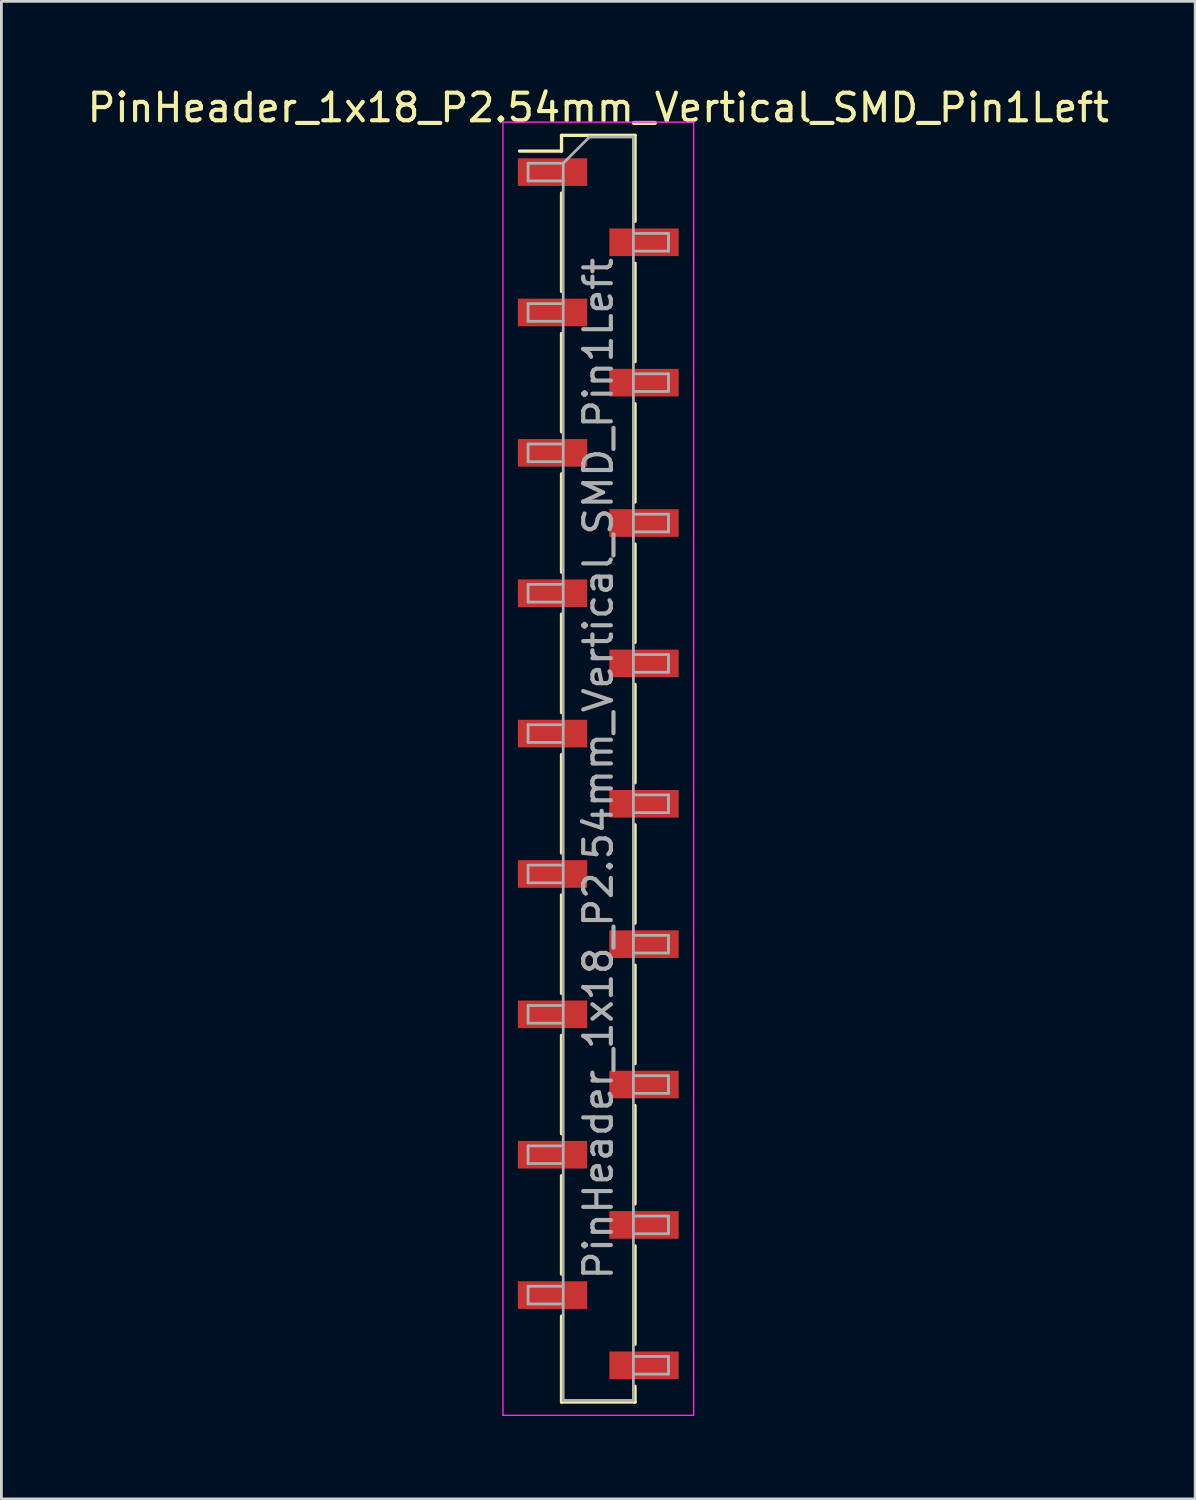
<source format=kicad_pcb>
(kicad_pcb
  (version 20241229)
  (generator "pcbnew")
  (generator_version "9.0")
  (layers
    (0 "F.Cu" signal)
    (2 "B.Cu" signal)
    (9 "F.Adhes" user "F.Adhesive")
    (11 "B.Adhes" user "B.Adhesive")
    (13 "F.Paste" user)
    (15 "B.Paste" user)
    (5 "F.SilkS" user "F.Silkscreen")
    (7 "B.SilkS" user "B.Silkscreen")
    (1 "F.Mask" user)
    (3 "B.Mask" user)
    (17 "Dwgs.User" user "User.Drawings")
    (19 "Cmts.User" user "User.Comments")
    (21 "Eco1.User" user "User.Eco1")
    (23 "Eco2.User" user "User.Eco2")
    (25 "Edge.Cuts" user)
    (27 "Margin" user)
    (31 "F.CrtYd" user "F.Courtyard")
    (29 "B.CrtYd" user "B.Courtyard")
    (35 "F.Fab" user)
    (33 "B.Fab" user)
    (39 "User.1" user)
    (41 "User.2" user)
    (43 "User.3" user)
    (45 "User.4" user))
  (footprint "PinHeader_1x18_P2.54mm_Vertical_SMD_Pin1Left"
    (layer "F.Cu")
    (at 18.601 24.768)
    (property "Reference" "PinHeader_1x18_P2.54mm_Vertical_SMD_Pin1Left" (at 0 -23.92 0) (layer "F.SilkS") (effects (font (size 1 1) (thickness 0.15))))
    (attr smd)
    (fp_line (start -1.33 -22.92) (end -1.33 -22.35) (stroke (width 0.12) (type solid)) (layer "F.SilkS"))
    (fp_line (start -1.33 -22.92) (end 1.33 -22.92) (stroke (width 0.12) (type solid)) (layer "F.SilkS"))
    (fp_line (start -1.33 -22.35) (end -2.85 -22.35) (stroke (width 0.12) (type solid)) (layer "F.SilkS"))
    (fp_line (start -1.33 -20.83) (end -1.33 -17.27) (stroke (width 0.12) (type solid)) (layer "F.SilkS"))
    (fp_line (start -1.33 -15.75) (end -1.33 -12.19) (stroke (width 0.12) (type solid)) (layer "F.SilkS"))
    (fp_line (start -1.33 -10.67) (end -1.33 -7.11) (stroke (width 0.12) (type solid)) (layer "F.SilkS"))
    (fp_line (start -1.33 -5.59) (end -1.33 -2.03) (stroke (width 0.12) (type solid)) (layer "F.SilkS"))
    (fp_line (start -1.33 -0.51) (end -1.33 3.05) (stroke (width 0.12) (type solid)) (layer "F.SilkS"))
    (fp_line (start -1.33 4.57) (end -1.33 8.13) (stroke (width 0.12) (type solid)) (layer "F.SilkS"))
    (fp_line (start -1.33 9.65) (end -1.33 13.21) (stroke (width 0.12) (type solid)) (layer "F.SilkS"))
    (fp_line (start -1.33 14.73) (end -1.33 18.29) (stroke (width 0.12) (type solid)) (layer "F.SilkS"))
    (fp_line (start -1.33 19.81) (end -1.33 22.92) (stroke (width 0.12) (type solid)) (layer "F.SilkS"))
    (fp_line (start -1.33 22.92) (end 1.33 22.92) (stroke (width 0.12) (type solid)) (layer "F.SilkS"))
    (fp_line (start 1.33 -22.92) (end 1.33 -19.81) (stroke (width 0.12) (type solid)) (layer "F.SilkS"))
    (fp_line (start 1.33 -18.29) (end 1.33 -14.73) (stroke (width 0.12) (type solid)) (layer "F.SilkS"))
    (fp_line (start 1.33 -13.21) (end 1.33 -9.65) (stroke (width 0.12) (type solid)) (layer "F.SilkS"))
    (fp_line (start 1.33 -8.13) (end 1.33 -4.57) (stroke (width 0.12) (type solid)) (layer "F.SilkS"))
    (fp_line (start 1.33 -3.05) (end 1.33 0.51) (stroke (width 0.12) (type solid)) (layer "F.SilkS"))
    (fp_line (start 1.33 2.03) (end 1.33 5.59) (stroke (width 0.12) (type solid)) (layer "F.SilkS"))
    (fp_line (start 1.33 7.11) (end 1.33 10.67) (stroke (width 0.12) (type solid)) (layer "F.SilkS"))
    (fp_line (start 1.33 12.19) (end 1.33 15.75) (stroke (width 0.12) (type solid)) (layer "F.SilkS"))
    (fp_line (start 1.33 17.27) (end 1.33 20.83) (stroke (width 0.12) (type solid)) (layer "F.SilkS"))
    (fp_line (start 1.33 22.35) (end 1.33 22.92) (stroke (width 0.12) (type solid)) (layer "F.SilkS"))
    (fp_line (start -3.45 -23.4) (end -3.45 23.4) (stroke (width 0.05) (type solid)) (layer "F.CrtYd"))
    (fp_line (start -3.45 23.4) (end 3.45 23.4) (stroke (width 0.05) (type solid)) (layer "F.CrtYd"))
    (fp_line (start 3.45 -23.4) (end -3.45 -23.4) (stroke (width 0.05) (type solid)) (layer "F.CrtYd"))
    (fp_line (start 3.45 23.4) (end 3.45 -23.4) (stroke (width 0.05) (type solid)) (layer "F.CrtYd"))
    (fp_line (start -2.54 -21.91) (end -2.54 -21.27) (stroke (width 0.1) (type solid)) (layer "F.Fab"))
    (fp_line (start -2.54 -21.27) (end -1.27 -21.27) (stroke (width 0.1) (type solid)) (layer "F.Fab"))
    (fp_line (start -2.54 -16.83) (end -2.54 -16.19) (stroke (width 0.1) (type solid)) (layer "F.Fab"))
    (fp_line (start -2.54 -16.19) (end -1.27 -16.19) (stroke (width 0.1) (type solid)) (layer "F.Fab"))
    (fp_line (start -2.54 -11.75) (end -2.54 -11.11) (stroke (width 0.1) (type solid)) (layer "F.Fab"))
    (fp_line (start -2.54 -11.11) (end -1.27 -11.11) (stroke (width 0.1) (type solid)) (layer "F.Fab"))
    (fp_line (start -2.54 -6.67) (end -2.54 -6.03) (stroke (width 0.1) (type solid)) (layer "F.Fab"))
    (fp_line (start -2.54 -6.03) (end -1.27 -6.03) (stroke (width 0.1) (type solid)) (layer "F.Fab"))
    (fp_line (start -2.54 -1.59) (end -2.54 -0.95) (stroke (width 0.1) (type solid)) (layer "F.Fab"))
    (fp_line (start -2.54 -0.95) (end -1.27 -0.95) (stroke (width 0.1) (type solid)) (layer "F.Fab"))
    (fp_line (start -2.54 3.49) (end -2.54 4.13) (stroke (width 0.1) (type solid)) (layer "F.Fab"))
    (fp_line (start -2.54 4.13) (end -1.27 4.13) (stroke (width 0.1) (type solid)) (layer "F.Fab"))
    (fp_line (start -2.54 8.57) (end -2.54 9.21) (stroke (width 0.1) (type solid)) (layer "F.Fab"))
    (fp_line (start -2.54 9.21) (end -1.27 9.21) (stroke (width 0.1) (type solid)) (layer "F.Fab"))
    (fp_line (start -2.54 13.65) (end -2.54 14.29) (stroke (width 0.1) (type solid)) (layer "F.Fab"))
    (fp_line (start -2.54 14.29) (end -1.27 14.29) (stroke (width 0.1) (type solid)) (layer "F.Fab"))
    (fp_line (start -2.54 18.73) (end -2.54 19.37) (stroke (width 0.1) (type solid)) (layer "F.Fab"))
    (fp_line (start -2.54 19.37) (end -1.27 19.37) (stroke (width 0.1) (type solid)) (layer "F.Fab"))
    (fp_line (start -1.27 -21.91) (end -2.54 -21.91) (stroke (width 0.1) (type solid)) (layer "F.Fab"))
    (fp_line (start -1.27 -21.91) (end -0.32 -22.86) (stroke (width 0.1) (type solid)) (layer "F.Fab"))
    (fp_line (start -1.27 -16.83) (end -2.54 -16.83) (stroke (width 0.1) (type solid)) (layer "F.Fab"))
    (fp_line (start -1.27 -11.75) (end -2.54 -11.75) (stroke (width 0.1) (type solid)) (layer "F.Fab"))
    (fp_line (start -1.27 -6.67) (end -2.54 -6.67) (stroke (width 0.1) (type solid)) (layer "F.Fab"))
    (fp_line (start -1.27 -1.59) (end -2.54 -1.59) (stroke (width 0.1) (type solid)) (layer "F.Fab"))
    (fp_line (start -1.27 3.49) (end -2.54 3.49) (stroke (width 0.1) (type solid)) (layer "F.Fab"))
    (fp_line (start -1.27 8.57) (end -2.54 8.57) (stroke (width 0.1) (type solid)) (layer "F.Fab"))
    (fp_line (start -1.27 13.65) (end -2.54 13.65) (stroke (width 0.1) (type solid)) (layer "F.Fab"))
    (fp_line (start -1.27 18.73) (end -2.54 18.73) (stroke (width 0.1) (type solid)) (layer "F.Fab"))
    (fp_line (start -1.27 22.86) (end -1.27 -21.91) (stroke (width 0.1) (type solid)) (layer "F.Fab"))
    (fp_line (start -0.32 -22.86) (end 1.27 -22.86) (stroke (width 0.1) (type solid)) (layer "F.Fab"))
    (fp_line (start 1.27 -22.86) (end 1.27 22.86) (stroke (width 0.1) (type solid)) (layer "F.Fab"))
    (fp_line (start 1.27 -19.37) (end 2.54 -19.37) (stroke (width 0.1) (type solid)) (layer "F.Fab"))
    (fp_line (start 1.27 -14.29) (end 2.54 -14.29) (stroke (width 0.1) (type solid)) (layer "F.Fab"))
    (fp_line (start 1.27 -9.21) (end 2.54 -9.21) (stroke (width 0.1) (type solid)) (layer "F.Fab"))
    (fp_line (start 1.27 -4.13) (end 2.54 -4.13) (stroke (width 0.1) (type solid)) (layer "F.Fab"))
    (fp_line (start 1.27 0.95) (end 2.54 0.95) (stroke (width 0.1) (type solid)) (layer "F.Fab"))
    (fp_line (start 1.27 6.03) (end 2.54 6.03) (stroke (width 0.1) (type solid)) (layer "F.Fab"))
    (fp_line (start 1.27 11.11) (end 2.54 11.11) (stroke (width 0.1) (type solid)) (layer "F.Fab"))
    (fp_line (start 1.27 16.19) (end 2.54 16.19) (stroke (width 0.1) (type solid)) (layer "F.Fab"))
    (fp_line (start 1.27 21.27) (end 2.54 21.27) (stroke (width 0.1) (type solid)) (layer "F.Fab"))
    (fp_line (start 1.27 22.86) (end -1.27 22.86) (stroke (width 0.1) (type solid)) (layer "F.Fab"))
    (fp_line (start 2.54 -19.37) (end 2.54 -18.73) (stroke (width 0.1) (type solid)) (layer "F.Fab"))
    (fp_line (start 2.54 -18.73) (end 1.27 -18.73) (stroke (width 0.1) (type solid)) (layer "F.Fab"))
    (fp_line (start 2.54 -14.29) (end 2.54 -13.65) (stroke (width 0.1) (type solid)) (layer "F.Fab"))
    (fp_line (start 2.54 -13.65) (end 1.27 -13.65) (stroke (width 0.1) (type solid)) (layer "F.Fab"))
    (fp_line (start 2.54 -9.21) (end 2.54 -8.57) (stroke (width 0.1) (type solid)) (layer "F.Fab"))
    (fp_line (start 2.54 -8.57) (end 1.27 -8.57) (stroke (width 0.1) (type solid)) (layer "F.Fab"))
    (fp_line (start 2.54 -4.13) (end 2.54 -3.49) (stroke (width 0.1) (type solid)) (layer "F.Fab"))
    (fp_line (start 2.54 -3.49) (end 1.27 -3.49) (stroke (width 0.1) (type solid)) (layer "F.Fab"))
    (fp_line (start 2.54 0.95) (end 2.54 1.59) (stroke (width 0.1) (type solid)) (layer "F.Fab"))
    (fp_line (start 2.54 1.59) (end 1.27 1.59) (stroke (width 0.1) (type solid)) (layer "F.Fab"))
    (fp_line (start 2.54 6.03) (end 2.54 6.67) (stroke (width 0.1) (type solid)) (layer "F.Fab"))
    (fp_line (start 2.54 6.67) (end 1.27 6.67) (stroke (width 0.1) (type solid)) (layer "F.Fab"))
    (fp_line (start 2.54 11.11) (end 2.54 11.75) (stroke (width 0.1) (type solid)) (layer "F.Fab"))
    (fp_line (start 2.54 11.75) (end 1.27 11.75) (stroke (width 0.1) (type solid)) (layer "F.Fab"))
    (fp_line (start 2.54 16.19) (end 2.54 16.83) (stroke (width 0.1) (type solid)) (layer "F.Fab"))
    (fp_line (start 2.54 16.83) (end 1.27 16.83) (stroke (width 0.1) (type solid)) (layer "F.Fab"))
    (fp_line (start 2.54 21.27) (end 2.54 21.91) (stroke (width 0.1) (type solid)) (layer "F.Fab"))
    (fp_line (start 2.54 21.91) (end 1.27 21.91) (stroke (width 0.1) (type solid)) (layer "F.Fab"))
    (fp_text user "${REFERENCE}" (at 0 0 90) (layer "F.Fab") (effects (font (size 1 1) (thickness 0.15))))
    (pad "1" smd rect (at -1.655 -21.59) (size 2.51 1) (layers "F.Cu" "F.Mask" "F.Paste"))
    (pad "2" smd rect (at 1.655 -19.05) (size 2.51 1) (layers "F.Cu" "F.Mask" "F.Paste"))
    (pad "3" smd rect (at -1.655 -16.51) (size 2.51 1) (layers "F.Cu" "F.Mask" "F.Paste"))
    (pad "4" smd rect (at 1.655 -13.97) (size 2.51 1) (layers "F.Cu" "F.Mask" "F.Paste"))
    (pad "5" smd rect (at -1.655 -11.43) (size 2.51 1) (layers "F.Cu" "F.Mask" "F.Paste"))
    (pad "6" smd rect (at 1.655 -8.89) (size 2.51 1) (layers "F.Cu" "F.Mask" "F.Paste"))
    (pad "7" smd rect (at -1.655 -6.35) (size 2.51 1) (layers "F.Cu" "F.Mask" "F.Paste"))
    (pad "8" smd rect (at 1.655 -3.81) (size 2.51 1) (layers "F.Cu" "F.Mask" "F.Paste"))
    (pad "9" smd rect (at -1.655 -1.27) (size 2.51 1) (layers "F.Cu" "F.Mask" "F.Paste"))
    (pad "10" smd rect (at 1.655 1.27) (size 2.51 1) (layers "F.Cu" "F.Mask" "F.Paste"))
    (pad "11" smd rect (at -1.655 3.81) (size 2.51 1) (layers "F.Cu" "F.Mask" "F.Paste"))
    (pad "12" smd rect (at 1.655 6.35) (size 2.51 1) (layers "F.Cu" "F.Mask" "F.Paste"))
    (pad "13" smd rect (at -1.655 8.89) (size 2.51 1) (layers "F.Cu" "F.Mask" "F.Paste"))
    (pad "14" smd rect (at 1.655 11.43) (size 2.51 1) (layers "F.Cu" "F.Mask" "F.Paste"))
    (pad "15" smd rect (at -1.655 13.97) (size 2.51 1) (layers "F.Cu" "F.Mask" "F.Paste"))
    (pad "16" smd rect (at 1.655 16.51) (size 2.51 1) (layers "F.Cu" "F.Mask" "F.Paste"))
    (pad "17" smd rect (at -1.655 19.05) (size 2.51 1) (layers "F.Cu" "F.Mask" "F.Paste"))
    (pad "18" smd rect (at 1.655 21.59) (size 2.51 1) (layers "F.Cu" "F.Mask" "F.Paste")))
  (gr_rect
    (start -3 -3)
    (end 40.202 51.193)
    (stroke (width 0.1) (type default))
    (fill no)
    (layer "Edge.Cuts")))
</source>
